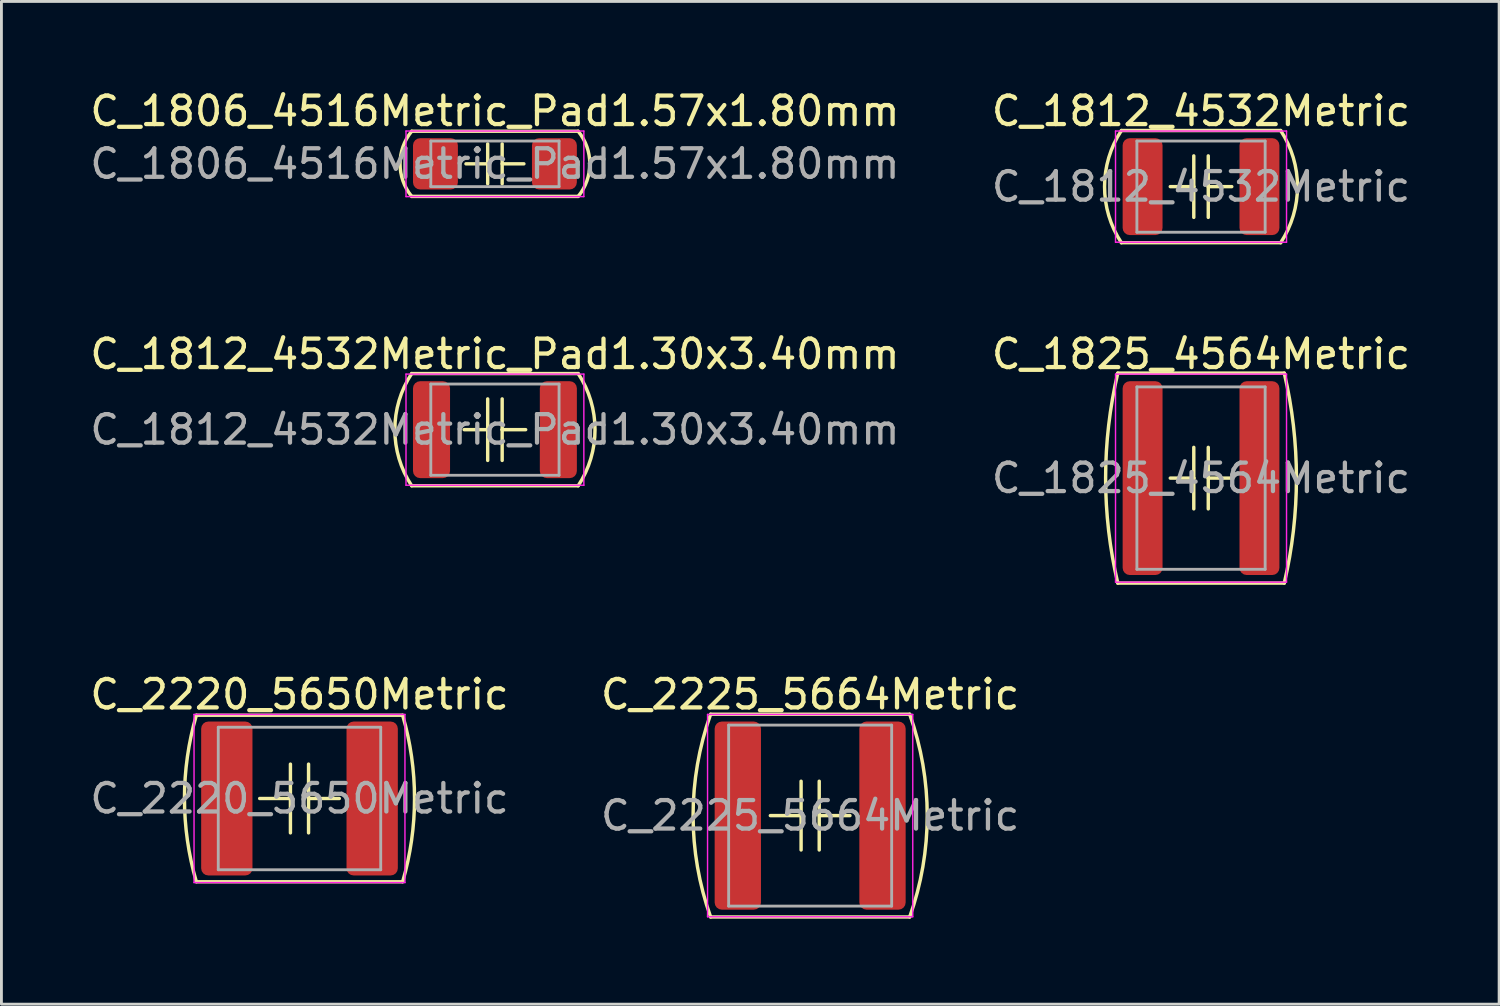
<source format=kicad_pcb>
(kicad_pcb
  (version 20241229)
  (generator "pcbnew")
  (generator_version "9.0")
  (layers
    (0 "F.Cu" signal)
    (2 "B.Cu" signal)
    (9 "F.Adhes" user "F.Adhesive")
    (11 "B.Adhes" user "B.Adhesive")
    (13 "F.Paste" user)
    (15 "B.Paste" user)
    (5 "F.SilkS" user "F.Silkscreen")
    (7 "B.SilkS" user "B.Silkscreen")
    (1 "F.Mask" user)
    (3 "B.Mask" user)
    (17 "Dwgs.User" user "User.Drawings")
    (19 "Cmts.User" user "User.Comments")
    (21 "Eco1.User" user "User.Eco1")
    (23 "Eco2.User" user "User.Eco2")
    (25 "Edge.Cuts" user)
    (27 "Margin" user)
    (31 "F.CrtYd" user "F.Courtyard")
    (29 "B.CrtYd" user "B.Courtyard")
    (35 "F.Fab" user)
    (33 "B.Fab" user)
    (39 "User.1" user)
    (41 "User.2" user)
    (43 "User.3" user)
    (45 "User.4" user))
  (footprint "C_1806_4516Metric_Pad1.57x1.80mm"
    (layer "F.Cu")
    (at 14.315 2.698)
    (property "Reference" "C_1806_4516Metric_Pad1.57x1.80mm" (at 0 -1.85 0) (layer "F.SilkS") (effects (font (size 1 1) (thickness 0.15))))
    (attr smd)
    (fp_line (start -2.921 1.143) (end 2.921 1.143) (stroke (width 0.12) (type solid)) (layer "F.SilkS"))
    (fp_line (start -1.016 0) (end -0.254 0) (stroke (width 0.12) (type solid)) (layer "F.SilkS"))
    (fp_line (start -0.254 -0.699) (end -0.254 0.699) (stroke (width 0.12) (type solid)) (layer "F.SilkS"))
    (fp_line (start 0.254 -0.699) (end 0.254 0.699) (stroke (width 0.12) (type solid)) (layer "F.SilkS"))
    (fp_line (start 0.254 0) (end 1.016 0) (stroke (width 0.12) (type solid)) (layer "F.SilkS"))
    (fp_line (start 2.921 -1.143) (end -2.921 -1.143) (stroke (width 0.12) (type solid)) (layer "F.SilkS"))
    (fp_arc (start -2.921 1.143) (mid -3.329009 0) (end -2.921 -1.143) (stroke (width 0.12) (type solid)) (layer "F.SilkS"))
    (fp_arc (start 2.921 -1.143) (mid 3.329009 0) (end 2.921 1.143) (stroke (width 0.12) (type solid)) (layer "F.SilkS"))
    (fp_line (start -3.12 -1.15) (end 3.12 -1.15) (stroke (width 0.05) (type solid)) (layer "F.CrtYd"))
    (fp_line (start -3.12 1.15) (end -3.12 -1.15) (stroke (width 0.05) (type solid)) (layer "F.CrtYd"))
    (fp_line (start 3.12 -1.15) (end 3.12 1.15) (stroke (width 0.05) (type solid)) (layer "F.CrtYd"))
    (fp_line (start 3.12 1.15) (end -3.12 1.15) (stroke (width 0.05) (type solid)) (layer "F.CrtYd"))
    (fp_line (start -2.25 -0.8) (end 2.25 -0.8) (stroke (width 0.1) (type solid)) (layer "F.Fab"))
    (fp_line (start -2.25 0.8) (end -2.25 -0.8) (stroke (width 0.1) (type solid)) (layer "F.Fab"))
    (fp_line (start 2.25 -0.8) (end 2.25 0.8) (stroke (width 0.1) (type solid)) (layer "F.Fab"))
    (fp_line (start 2.25 0.8) (end -2.25 0.8) (stroke (width 0.1) (type solid)) (layer "F.Fab"))
    (fp_text user "${REFERENCE}" (at 0 0 0) (layer "F.Fab") (effects (font (size 1 1) (thickness 0.15))))
    (pad "1" smd roundrect (at -2.087 0) (size 1.575 1.8) (layers "F.Cu" "F.Mask" "F.Paste") (roundrect_rratio 0.159))
    (pad "2" smd roundrect (at 2.087 0) (size 1.575 1.8) (layers "F.Cu" "F.Mask" "F.Paste") (roundrect_rratio 0.159)))
  (footprint "C_1825_4564Metric"
    (layer "F.Cu")
    (at 39.089 13.725)
    (property "Reference" "C_1825_4564Metric" (at 0 -4.35 0) (layer "F.SilkS") (effects (font (size 1 1) (thickness 0.15))))
    (attr smd)
    (fp_line (start -2.921 3.683) (end 2.921 3.683) (stroke (width 0.12) (type solid)) (layer "F.SilkS"))
    (fp_line (start -0.254 -1.079) (end -0.254 0) (stroke (width 0.12) (type solid)) (layer "F.SilkS"))
    (fp_line (start -0.254 0) (end -1.079 0) (stroke (width 0.12) (type solid)) (layer "F.SilkS"))
    (fp_line (start -0.254 0) (end -0.254 1.079) (stroke (width 0.12) (type solid)) (layer "F.SilkS"))
    (fp_line (start 0.254 -1.079) (end 0.254 0) (stroke (width 0.12) (type solid)) (layer "F.SilkS"))
    (fp_line (start 0.254 0) (end 0.254 1.079) (stroke (width 0.12) (type solid)) (layer "F.SilkS"))
    (fp_line (start 0.254 0) (end 1.079 0) (stroke (width 0.12) (type solid)) (layer "F.SilkS"))
    (fp_line (start 2.921 -3.683) (end -2.921 -3.683) (stroke (width 0.12) (type solid)) (layer "F.SilkS"))
    (fp_arc (start -2.921 3.683) (mid -3.347615 0) (end -2.921 -3.683) (stroke (width 0.12) (type solid)) (layer "F.SilkS"))
    (fp_arc (start 2.921 -3.683) (mid 3.347615 0) (end 2.921 3.683) (stroke (width 0.12) (type solid)) (layer "F.SilkS"))
    (fp_line (start -3 -3.65) (end 3 -3.65) (stroke (width 0.05) (type solid)) (layer "F.CrtYd"))
    (fp_line (start -3 3.65) (end -3 -3.65) (stroke (width 0.05) (type solid)) (layer "F.CrtYd"))
    (fp_line (start 3 -3.65) (end 3 3.65) (stroke (width 0.05) (type solid)) (layer "F.CrtYd"))
    (fp_line (start 3 3.65) (end -3 3.65) (stroke (width 0.05) (type solid)) (layer "F.CrtYd"))
    (fp_line (start -2.25 -3.2) (end 2.25 -3.2) (stroke (width 0.1) (type solid)) (layer "F.Fab"))
    (fp_line (start -2.25 3.2) (end -2.25 -3.2) (stroke (width 0.1) (type solid)) (layer "F.Fab"))
    (fp_line (start 2.25 -3.2) (end 2.25 3.2) (stroke (width 0.1) (type solid)) (layer "F.Fab"))
    (fp_line (start 2.25 3.2) (end -2.25 3.2) (stroke (width 0.1) (type solid)) (layer "F.Fab"))
    (fp_text user "${REFERENCE}" (at 0 0 0) (layer "F.Fab") (effects (font (size 1 1) (thickness 0.15))))
    (pad "1" smd roundrect (at -2.05 0) (size 1.4 6.8) (layers "F.Cu" "F.Mask" "F.Paste") (roundrect_rratio 0.179))
    (pad "2" smd roundrect (at 2.05 0) (size 1.4 6.8) (layers "F.Cu" "F.Mask" "F.Paste") (roundrect_rratio 0.179)))
  (footprint "C_2220_5650Metric"
    (layer "F.Cu")
    (at 7.458 24.966)
    (property "Reference" "C_2220_5650Metric" (at 0 -3.65 0) (layer "F.SilkS") (effects (font (size 1 1) (thickness 0.15))))
    (attr smd)
    (fp_line (start -3.619 2.921) (end 3.619 2.921) (stroke (width 0.12) (type solid)) (layer "F.SilkS"))
    (fp_line (start -0.318 -1.206) (end -0.318 1.206) (stroke (width 0.12) (type solid)) (layer "F.SilkS"))
    (fp_line (start -0.318 0) (end -1.397 0) (stroke (width 0.12) (type solid)) (layer "F.SilkS"))
    (fp_line (start 0.318 -1.206) (end 0.318 1.206) (stroke (width 0.12) (type solid)) (layer "F.SilkS"))
    (fp_line (start 0.318 0) (end 1.397 0) (stroke (width 0.12) (type solid)) (layer "F.SilkS"))
    (fp_line (start 3.619 -2.921) (end -3.619 -2.921) (stroke (width 0.12) (type solid)) (layer "F.SilkS"))
    (fp_arc (start -3.6195 2.921) (mid -4.036061 0) (end -3.6195 -2.921) (stroke (width 0.12) (type solid)) (layer "F.SilkS"))
    (fp_arc (start 3.6195 -2.921) (mid 4.036061 0) (end 3.6195 2.921) (stroke (width 0.12) (type solid)) (layer "F.SilkS"))
    (fp_line (start -3.7 -2.95) (end 3.7 -2.95) (stroke (width 0.05) (type solid)) (layer "F.CrtYd"))
    (fp_line (start -3.7 2.95) (end -3.7 -2.95) (stroke (width 0.05) (type solid)) (layer "F.CrtYd"))
    (fp_line (start 3.7 -2.95) (end 3.7 2.95) (stroke (width 0.05) (type solid)) (layer "F.CrtYd"))
    (fp_line (start 3.7 2.95) (end -3.7 2.95) (stroke (width 0.05) (type solid)) (layer "F.CrtYd"))
    (fp_line (start -2.85 -2.5) (end 2.85 -2.5) (stroke (width 0.1) (type solid)) (layer "F.Fab"))
    (fp_line (start -2.85 2.5) (end -2.85 -2.5) (stroke (width 0.1) (type solid)) (layer "F.Fab"))
    (fp_line (start 2.85 -2.5) (end 2.85 2.5) (stroke (width 0.1) (type solid)) (layer "F.Fab"))
    (fp_line (start 2.85 2.5) (end -2.85 2.5) (stroke (width 0.1) (type solid)) (layer "F.Fab"))
    (fp_text user "${REFERENCE}" (at 0 0 0) (layer "F.Fab") (effects (font (size 1 1) (thickness 0.15))))
    (pad "1" smd roundrect (at -2.55 0) (size 1.8 5.4) (layers "F.Cu" "F.Mask" "F.Paste") (roundrect_rratio 0.139))
    (pad "2" smd roundrect (at 2.55 0) (size 1.8 5.4) (layers "F.Cu" "F.Mask" "F.Paste") (roundrect_rratio 0.139)))
  (footprint "C_2225_5664Metric"
    (layer "F.Cu")
    (at 25.375 25.566)
    (property "Reference" "C_2225_5664Metric" (at 0 -4.25 0) (layer "F.SilkS") (effects (font (size 1 1) (thickness 0.15))))
    (attr smd)
    (fp_line (start -3.493 3.556) (end 3.493 3.556) (stroke (width 0.12) (type solid)) (layer "F.SilkS"))
    (fp_line (start -0.318 -1.206) (end -0.318 1.206) (stroke (width 0.12) (type solid)) (layer "F.SilkS"))
    (fp_line (start -0.318 0) (end -1.397 0) (stroke (width 0.12) (type solid)) (layer "F.SilkS"))
    (fp_line (start 0.318 -1.206) (end 0.318 1.206) (stroke (width 0.12) (type solid)) (layer "F.SilkS"))
    (fp_line (start 0.318 0) (end 1.397 0) (stroke (width 0.12) (type solid)) (layer "F.SilkS"))
    (fp_line (start 3.493 -3.556) (end -3.493 -3.556) (stroke (width 0.12) (type solid)) (layer "F.SilkS"))
    (fp_arc (start -3.4925 3.556) (mid -4.107709 0) (end -3.4925 -3.556) (stroke (width 0.12) (type solid)) (layer "F.SilkS"))
    (fp_arc (start 3.4925 -3.556) (mid 4.107709 0) (end 3.4925 3.556) (stroke (width 0.12) (type solid)) (layer "F.SilkS"))
    (fp_line (start -3.6 -3.55) (end 3.6 -3.55) (stroke (width 0.05) (type solid)) (layer "F.CrtYd"))
    (fp_line (start -3.6 3.55) (end -3.6 -3.55) (stroke (width 0.05) (type solid)) (layer "F.CrtYd"))
    (fp_line (start 3.6 -3.55) (end 3.6 3.55) (stroke (width 0.05) (type solid)) (layer "F.CrtYd"))
    (fp_line (start 3.6 3.55) (end -3.6 3.55) (stroke (width 0.05) (type solid)) (layer "F.CrtYd"))
    (fp_line (start -2.86 -3.175) (end 2.86 -3.175) (stroke (width 0.1) (type solid)) (layer "F.Fab"))
    (fp_line (start -2.86 3.175) (end -2.86 -3.175) (stroke (width 0.1) (type solid)) (layer "F.Fab"))
    (fp_line (start 2.86 -3.175) (end 2.86 3.175) (stroke (width 0.1) (type solid)) (layer "F.Fab"))
    (fp_line (start 2.86 3.175) (end -2.86 3.175) (stroke (width 0.1) (type solid)) (layer "F.Fab"))
    (fp_text user "${REFERENCE}" (at 0 0 0) (layer "F.Fab") (effects (font (size 1 1) (thickness 0.15))))
    (pad "1" smd roundrect (at -2.538 0) (size 1.625 6.6) (layers "F.Cu" "F.Mask" "F.Paste") (roundrect_rratio 0.154))
    (pad "2" smd roundrect (at 2.538 0) (size 1.625 6.6) (layers "F.Cu" "F.Mask" "F.Paste") (roundrect_rratio 0.154)))
  (footprint "C_1812_4532Metric_Pad1.30x3.40mm"
    (layer "F.Cu")
    (at 14.315 12.025)
    (property "Reference" "C_1812_4532Metric_Pad1.30x3.40mm" (at 0 -2.65 0) (layer "F.SilkS") (effects (font (size 1 1) (thickness 0.15))))
    (attr smd)
    (fp_line (start -2.921 1.968) (end 2.921 1.968) (stroke (width 0.12) (type solid)) (layer "F.SilkS"))
    (fp_line (start -0.254 -1.079) (end -0.254 0) (stroke (width 0.12) (type solid)) (layer "F.SilkS"))
    (fp_line (start -0.254 0) (end -1.079 0) (stroke (width 0.12) (type solid)) (layer "F.SilkS"))
    (fp_line (start -0.254 0) (end -0.254 1.079) (stroke (width 0.12) (type solid)) (layer "F.SilkS"))
    (fp_line (start 0.254 -1.079) (end 0.254 0) (stroke (width 0.12) (type solid)) (layer "F.SilkS"))
    (fp_line (start 0.254 0) (end 0.254 1.079) (stroke (width 0.12) (type solid)) (layer "F.SilkS"))
    (fp_line (start 0.254 0) (end 1.079 0) (stroke (width 0.12) (type solid)) (layer "F.SilkS"))
    (fp_line (start 2.921 -1.968) (end -2.921 -1.968) (stroke (width 0.12) (type solid)) (layer "F.SilkS"))
    (fp_arc (start -2.921001 1.968499) (mid -3.511725 -0.000001) (end -2.921 -1.9685) (stroke (width 0.12) (type solid)) (layer "F.SilkS"))
    (fp_arc (start 2.921001 -1.968499) (mid 3.511725 0.000001) (end 2.921 1.9685) (stroke (width 0.12) (type solid)) (layer "F.SilkS"))
    (fp_line (start -3.12 -1.95) (end 3.12 -1.95) (stroke (width 0.05) (type solid)) (layer "F.CrtYd"))
    (fp_line (start -3.12 1.95) (end -3.12 -1.95) (stroke (width 0.05) (type solid)) (layer "F.CrtYd"))
    (fp_line (start 3.12 -1.95) (end 3.12 1.95) (stroke (width 0.05) (type solid)) (layer "F.CrtYd"))
    (fp_line (start 3.12 1.95) (end -3.12 1.95) (stroke (width 0.05) (type solid)) (layer "F.CrtYd"))
    (fp_line (start -2.25 -1.6) (end 2.25 -1.6) (stroke (width 0.1) (type solid)) (layer "F.Fab"))
    (fp_line (start -2.25 1.6) (end -2.25 -1.6) (stroke (width 0.1) (type solid)) (layer "F.Fab"))
    (fp_line (start 2.25 -1.6) (end 2.25 1.6) (stroke (width 0.1) (type solid)) (layer "F.Fab"))
    (fp_line (start 2.25 1.6) (end -2.25 1.6) (stroke (width 0.1) (type solid)) (layer "F.Fab"))
    (fp_text user "${REFERENCE}" (at 0 0 0) (layer "F.Fab") (effects (font (size 1 1) (thickness 0.15))))
    (pad "1" smd roundrect (at -2.225 0) (size 1.3 3.4) (layers "F.Cu" "F.Mask" "F.Paste") (roundrect_rratio 0.192))
    (pad "2" smd roundrect (at 2.225 0) (size 1.3 3.4) (layers "F.Cu" "F.Mask" "F.Paste") (roundrect_rratio 0.192)))
  (footprint "C_1812_4532Metric"
    (layer "F.Cu")
    (at 39.089 3.498)
    (property "Reference" "C_1812_4532Metric" (at 0 -2.65 0) (layer "F.SilkS") (effects (font (size 1 1) (thickness 0.15))))
    (attr smd)
    (fp_line (start -2.794 1.968) (end 2.794 1.968) (stroke (width 0.12) (type solid)) (layer "F.SilkS"))
    (fp_line (start -0.254 -1.079) (end -0.254 0) (stroke (width 0.12) (type solid)) (layer "F.SilkS"))
    (fp_line (start -0.254 0) (end -1.079 0) (stroke (width 0.12) (type solid)) (layer "F.SilkS"))
    (fp_line (start -0.254 0) (end -0.254 1.079) (stroke (width 0.12) (type solid)) (layer "F.SilkS"))
    (fp_line (start 0.254 -1.079) (end 0.254 0) (stroke (width 0.12) (type solid)) (layer "F.SilkS"))
    (fp_line (start 0.254 0) (end 0.254 1.079) (stroke (width 0.12) (type solid)) (layer "F.SilkS"))
    (fp_line (start 0.254 0) (end 1.079 0) (stroke (width 0.12) (type solid)) (layer "F.SilkS"))
    (fp_line (start 2.794 -1.968) (end -2.794 -1.968) (stroke (width 0.12) (type solid)) (layer "F.SilkS"))
    (fp_arc (start -2.794001 1.968499) (mid -3.384725 -0.000001) (end -2.794 -1.9685) (stroke (width 0.12) (type solid)) (layer "F.SilkS"))
    (fp_arc (start 2.794001 -1.968499) (mid 3.384725 0.000001) (end 2.794 1.9685) (stroke (width 0.12) (type solid)) (layer "F.SilkS"))
    (fp_line (start -3 -1.95) (end 3 -1.95) (stroke (width 0.05) (type solid)) (layer "F.CrtYd"))
    (fp_line (start -3 1.95) (end -3 -1.95) (stroke (width 0.05) (type solid)) (layer "F.CrtYd"))
    (fp_line (start 3 -1.95) (end 3 1.95) (stroke (width 0.05) (type solid)) (layer "F.CrtYd"))
    (fp_line (start 3 1.95) (end -3 1.95) (stroke (width 0.05) (type solid)) (layer "F.CrtYd"))
    (fp_line (start -2.25 -1.6) (end 2.25 -1.6) (stroke (width 0.1) (type solid)) (layer "F.Fab"))
    (fp_line (start -2.25 1.6) (end -2.25 -1.6) (stroke (width 0.1) (type solid)) (layer "F.Fab"))
    (fp_line (start 2.25 -1.6) (end 2.25 1.6) (stroke (width 0.1) (type solid)) (layer "F.Fab"))
    (fp_line (start 2.25 1.6) (end -2.25 1.6) (stroke (width 0.1) (type solid)) (layer "F.Fab"))
    (fp_text user "${REFERENCE}" (at 0 0 0) (layer "F.Fab") (effects (font (size 1 1) (thickness 0.15))))
    (pad "1" smd roundrect (at -2.05 0) (size 1.4 3.4) (layers "F.Cu" "F.Mask" "F.Paste") (roundrect_rratio 0.179))
    (pad "2" smd roundrect (at 2.05 0) (size 1.4 3.4) (layers "F.Cu" "F.Mask" "F.Paste") (roundrect_rratio 0.179)))
  (gr_rect
    (start -3 -3)
    (end 49.548 32.182)
    (stroke (width 0.1) (type default))
    (fill no)
    (layer "Edge.Cuts")))
</source>
